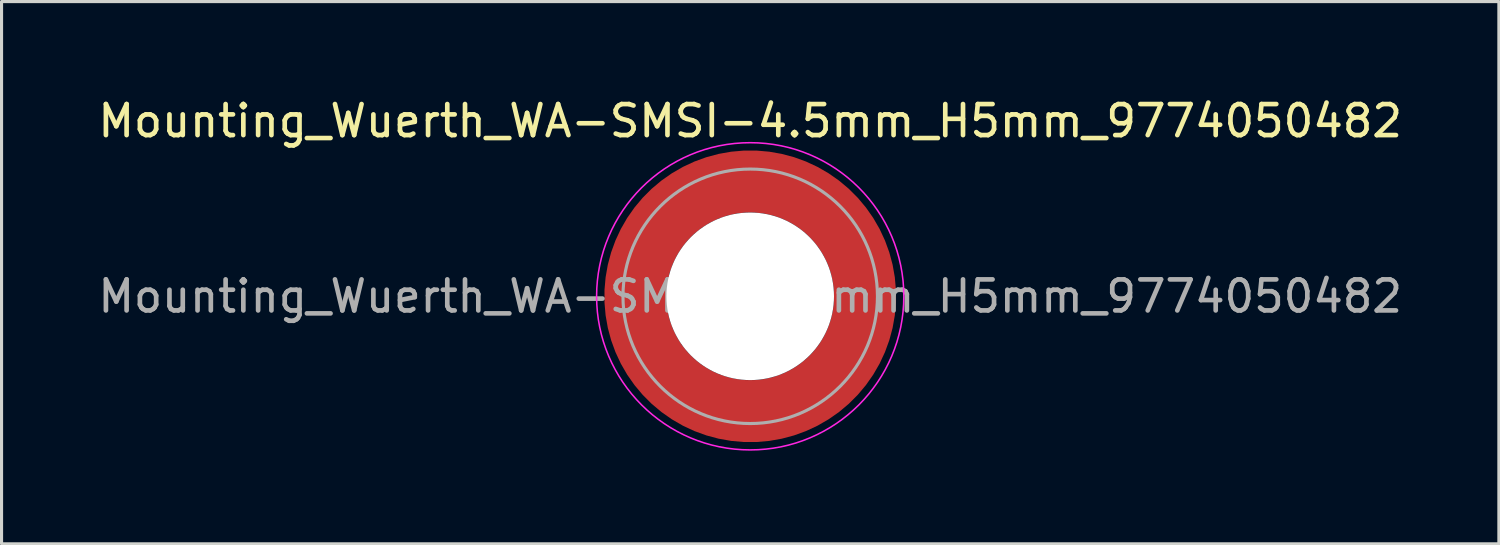
<source format=kicad_pcb>
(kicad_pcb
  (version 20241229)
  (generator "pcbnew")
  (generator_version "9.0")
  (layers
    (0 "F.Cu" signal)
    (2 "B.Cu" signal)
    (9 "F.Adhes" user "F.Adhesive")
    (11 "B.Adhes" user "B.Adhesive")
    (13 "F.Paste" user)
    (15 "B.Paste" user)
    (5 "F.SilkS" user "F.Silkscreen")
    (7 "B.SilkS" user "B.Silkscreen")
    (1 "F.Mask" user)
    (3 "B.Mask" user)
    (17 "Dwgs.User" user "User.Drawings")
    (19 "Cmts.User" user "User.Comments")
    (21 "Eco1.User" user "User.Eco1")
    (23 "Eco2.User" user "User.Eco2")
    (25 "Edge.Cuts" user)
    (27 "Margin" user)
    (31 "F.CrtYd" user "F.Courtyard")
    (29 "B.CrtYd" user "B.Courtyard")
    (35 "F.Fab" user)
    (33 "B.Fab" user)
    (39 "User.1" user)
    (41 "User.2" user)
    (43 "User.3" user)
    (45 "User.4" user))
  (footprint "Mounting_Wuerth_WA-SMSI-4.5mm_H5mm_9774050482"
    (layer "F.Cu")
    (at 21.125 6.498)
    (property "Reference" "Mounting_Wuerth_WA-SMSI-4.5mm_H5mm_9774050482" (at 0 -5.65 0) (layer "F.SilkS") (effects (font (size 1 1) (thickness 0.15))))
    (property "Mouser Part no." "" (at 0 0 0) (layer "F.Fab") (effects (font (size 1.27 1.27) (thickness 0.15))))
    (property "Mouser link" "" (at 0 0 0) (layer "F.Fab") (effects (font (size 1.27 1.27) (thickness 0.15))))
    (attr smd)
    (fp_circle (center 0 0) (end 4.95 0) (stroke (width 0.05) (type solid)) (fill no) (layer "F.CrtYd"))
    (fp_circle (center 0 0) (end 4.1 0) (stroke (width 0.1) (type solid)) (fill no) (layer "F.Fab"))
    (fp_text user "${REFERENCE}" (at 0 0 0) (layer "F.Fab") (effects (font (size 1 1) (thickness 0.15))))
    (pad "" smd custom (at -2.607 -2.607) (size 1.495 1.495) (layers "F.Paste") (options (anchor circle)) (primitives (gr_arc (start -0.188183 2.107456) (mid 0.598928 0.599619) (end 2.106494 -0.188011) (width 0.2)) (gr_arc (start -0.289416 2.107456) (mid 0.528508 0.529033) (end 2.106724 -0.28929) (width 0.2)) (gr_arc (start -0.390547 2.107456) (mid 0.457087 0.459449) (end 2.104161 -0.389996) (width 0.2)) (gr_arc (start -0.491585 2.107456) (mid 0.386415 0.389116) (end 2.103685 -0.490974) (width 0.2)) (gr_arc (start -0.59254 2.107456) (mid 0.31649 0.318035) (end 2.105297 -0.592202) (width 0.2)) (gr_arc (start -0.693419 2.107456) (mid 0.245252 0.248268) (end 2.103239 -0.692777) (width 0.2)) (gr_arc (start -0.794229 2.107456) (mid 0.174636 0.177878) (end 2.102921 -0.793559) (width 0.2)) (gr_arc (start -0.894975 2.107456) (mid 0.104643 0.106866) (end 2.104343 -0.894529) (width 0.2)) (gr_arc (start -0.995664 2.107456) (mid 0.033026 0.037479) (end 2.101219 -0.994793) (width 0.2)) (gr_arc (start -1.0963 2.107456) (mid -0.035789 -0.034714) (end 2.105949 -1.096096) (width 0.2)) (gr_arc (start -1.196886 2.107456) (mid -0.106351 -0.105157) (end 2.105783 -1.196666) (width 0.2)) (gr_arc (start -1.297427 2.107456) (mid -0.176416 -0.176097) (end 2.107009 -1.29737) (width 0.2)) (gr_arc (start -1.397927 2.107456) (mid -0.248476 -0.245042) (end 2.102638 -1.397323) (width 0.2)) (gr_arc (start -1.498388 2.107456) (mid -0.317612 -0.316913) (end 2.106475 -1.498268) (width 0.2)) (gr_arc (start -1.598813 2.107456) (mid -0.388865 -0.386665) (end 2.104366 -1.598444) (width 0.2)) (gr_arc (start -1.699204 2.107456) (mid -0.459747 -0.456787) (end 2.103299 -1.698719) (width 0.2)) (gr_arc (start -1.799565 2.107456) (mid -0.530257 -0.527283) (end 2.103277 -1.799089) (width 0.2)) (gr_arc (start -1.899896 2.107456) (mid -0.600396 -0.59815) (end 2.104299 -1.899545) (width 0.2)) (gr_arc (start -1.899896 2.107456) (mid -0.600396 -0.59815) (end 2.104299 -1.899545) (width 0.2)) (gr_line (start 2.107 -0.188) (end 2.107 -1.9) (width 0.2)) (gr_line (start -0.188 2.107) (end -1.9 2.107) (width 0.2))))
    (pad "" smd custom (at -2.607 2.607) (size 1.495 1.495) (layers "F.Paste") (options (anchor circle)) (primitives (gr_arc (start 2.107456 0.188183) (mid 0.599619 -0.598928) (end -0.188011 -2.106494) (width 0.2)) (gr_arc (start 2.107456 0.289416) (mid 0.529033 -0.528508) (end -0.28929 -2.106724) (width 0.2)) (gr_arc (start 2.107456 0.390547) (mid 0.459449 -0.457087) (end -0.389996 -2.104161) (width 0.2)) (gr_arc (start 2.107456 0.491585) (mid 0.389116 -0.386415) (end -0.490974 -2.103685) (width 0.2)) (gr_arc (start 2.107456 0.59254) (mid 0.318035 -0.31649) (end -0.592202 -2.105297) (width 0.2)) (gr_arc (start 2.107456 0.693419) (mid 0.248268 -0.245252) (end -0.692777 -2.103239) (width 0.2)) (gr_arc (start 2.107456 0.794229) (mid 0.177878 -0.174636) (end -0.793559 -2.102921) (width 0.2)) (gr_arc (start 2.107456 0.894975) (mid 0.106866 -0.104643) (end -0.894529 -2.104343) (width 0.2)) (gr_arc (start 2.107456 0.995664) (mid 0.037479 -0.033026) (end -0.994793 -2.101219) (width 0.2)) (gr_arc (start 2.107456 1.0963) (mid -0.034714 0.035789) (end -1.096096 -2.105949) (width 0.2)) (gr_arc (start 2.107456 1.196886) (mid -0.105157 0.106351) (end -1.196666 -2.105783) (width 0.2)) (gr_arc (start 2.107456 1.297427) (mid -0.176097 0.176416) (end -1.29737 -2.107009) (width 0.2)) (gr_arc (start 2.107456 1.397927) (mid -0.245042 0.248476) (end -1.397323 -2.102638) (width 0.2)) (gr_arc (start 2.107456 1.498388) (mid -0.316913 0.317612) (end -1.498268 -2.106475) (width 0.2)) (gr_arc (start 2.107456 1.598813) (mid -0.386665 0.388865) (end -1.598444 -2.104366) (width 0.2)) (gr_arc (start 2.107456 1.699204) (mid -0.456787 0.459747) (end -1.698719 -2.103299) (width 0.2)) (gr_arc (start 2.107456 1.799565) (mid -0.527283 0.530257) (end -1.799089 -2.103277) (width 0.2)) (gr_arc (start 2.107456 1.899896) (mid -0.59815 0.600396) (end -1.899545 -2.104299) (width 0.2)) (gr_arc (start 2.107456 1.899896) (mid -0.59815 0.600396) (end -1.899545 -2.104299) (width 0.2)) (gr_line (start -0.188 -2.107) (end -1.9 -2.107) (width 0.2)) (gr_line (start 2.107 0.188) (end 2.107 1.9) (width 0.2))))
    (pad "" np_thru_hole circle (at 0 0) (size 5.4 5.4) (drill 5.4) (layers "*.Cu" "*.Mask"))
    (pad "" smd custom (at 2.607 -2.607) (size 1.495 1.495) (layers "F.Paste") (options (anchor circle)) (primitives (gr_arc (start -2.107456 -0.188183) (mid -0.599619 0.598928) (end 0.188011 2.106494) (width 0.2)) (gr_arc (start -2.107456 -0.289416) (mid -0.529033 0.528508) (end 0.28929 2.106724) (width 0.2)) (gr_arc (start -2.107456 -0.390547) (mid -0.459449 0.457087) (end 0.389996 2.104161) (width 0.2)) (gr_arc (start -2.107456 -0.491585) (mid -0.389116 0.386415) (end 0.490974 2.103685) (width 0.2)) (gr_arc (start -2.107456 -0.59254) (mid -0.318035 0.31649) (end 0.592202 2.105297) (width 0.2)) (gr_arc (start -2.107456 -0.693419) (mid -0.248268 0.245252) (end 0.692777 2.103239) (width 0.2)) (gr_arc (start -2.107456 -0.794229) (mid -0.177878 0.174636) (end 0.793559 2.102921) (width 0.2)) (gr_arc (start -2.107456 -0.894975) (mid -0.106866 0.104643) (end 0.894529 2.104343) (width 0.2)) (gr_arc (start -2.107456 -0.995664) (mid -0.037479 0.033026) (end 0.994793 2.101219) (width 0.2)) (gr_arc (start -2.107456 -1.0963) (mid 0.034714 -0.035789) (end 1.096096 2.105949) (width 0.2)) (gr_arc (start -2.107456 -1.196886) (mid 0.105157 -0.106351) (end 1.196666 2.105783) (width 0.2)) (gr_arc (start -2.107456 -1.297427) (mid 0.176097 -0.176416) (end 1.29737 2.107009) (width 0.2)) (gr_arc (start -2.107456 -1.397927) (mid 0.245042 -0.248476) (end 1.397323 2.102638) (width 0.2)) (gr_arc (start -2.107456 -1.498388) (mid 0.316913 -0.317612) (end 1.498268 2.106475) (width 0.2)) (gr_arc (start -2.107456 -1.598813) (mid 0.386665 -0.388865) (end 1.598444 2.104366) (width 0.2)) (gr_arc (start -2.107456 -1.699204) (mid 0.456787 -0.459747) (end 1.698719 2.103299) (width 0.2)) (gr_arc (start -2.107456 -1.799565) (mid 0.527283 -0.530257) (end 1.799089 2.103277) (width 0.2)) (gr_arc (start -2.107456 -1.899896) (mid 0.59815 -0.600396) (end 1.899545 2.104299) (width 0.2)) (gr_arc (start -2.107456 -1.899896) (mid 0.59815 -0.600396) (end 1.899545 2.104299) (width 0.2)) (gr_line (start 0.188 2.107) (end 1.9 2.107) (width 0.2)) (gr_line (start -2.107 -0.188) (end -2.107 -1.9) (width 0.2))))
    (pad "" smd custom (at 2.607 2.607) (size 1.495 1.495) (layers "F.Paste") (options (anchor circle)) (primitives (gr_arc (start 0.188183 -2.107456) (mid -0.598928 -0.599619) (end -2.106494 0.188011) (width 0.2)) (gr_arc (start 0.289416 -2.107456) (mid -0.528508 -0.529033) (end -2.106724 0.28929) (width 0.2)) (gr_arc (start 0.390547 -2.107456) (mid -0.457087 -0.459449) (end -2.104161 0.389996) (width 0.2)) (gr_arc (start 0.491585 -2.107456) (mid -0.386415 -0.389116) (end -2.103685 0.490974) (width 0.2)) (gr_arc (start 0.59254 -2.107456) (mid -0.31649 -0.318035) (end -2.105297 0.592202) (width 0.2)) (gr_arc (start 0.693419 -2.107456) (mid -0.245252 -0.248268) (end -2.103239 0.692777) (width 0.2)) (gr_arc (start 0.794229 -2.107456) (mid -0.174636 -0.177878) (end -2.102921 0.793559) (width 0.2)) (gr_arc (start 0.894975 -2.107456) (mid -0.104643 -0.106866) (end -2.104343 0.894529) (width 0.2)) (gr_arc (start 0.995664 -2.107456) (mid -0.033026 -0.037479) (end -2.101219 0.994793) (width 0.2)) (gr_arc (start 1.0963 -2.107456) (mid 0.035789 0.034714) (end -2.105949 1.096096) (width 0.2)) (gr_arc (start 1.196886 -2.107456) (mid 0.106351 0.105157) (end -2.105783 1.196666) (width 0.2)) (gr_arc (start 1.297427 -2.107456) (mid 0.176416 0.176097) (end -2.107009 1.29737) (width 0.2)) (gr_arc (start 1.397927 -2.107456) (mid 0.248476 0.245042) (end -2.102638 1.397323) (width 0.2)) (gr_arc (start 1.498388 -2.107456) (mid 0.317612 0.316913) (end -2.106475 1.498268) (width 0.2)) (gr_arc (start 1.598813 -2.107456) (mid 0.388865 0.386665) (end -2.104366 1.598444) (width 0.2)) (gr_arc (start 1.699204 -2.107456) (mid 0.459747 0.456787) (end -2.103299 1.698719) (width 0.2)) (gr_arc (start 1.799565 -2.107456) (mid 0.530257 0.527283) (end -2.103277 1.799089) (width 0.2)) (gr_arc (start 1.899896 -2.107456) (mid 0.600396 0.59815) (end -2.104299 1.899545) (width 0.2)) (gr_arc (start 1.899896 -2.107456) (mid 0.600396 0.59815) (end -2.104299 1.899545) (width 0.2)) (gr_line (start -2.107 0.188) (end -2.107 1.9) (width 0.2)) (gr_line (start 0.188 -2.107) (end 1.9 -2.107) (width 0.2))))
    (pad "1" smd circle (at -3.7 0) (size 1.6 1.6) (layers "F.Cu"))
    (pad "1" smd circle (at 0 -3.7) (size 1.6 1.6) (layers "F.Cu"))
    (pad "1" smd circle (at 0 3.7) (size 1.6 1.6) (layers "F.Cu"))
    (pad "1" smd custom (at 3.7 0) (size 1.6 1.6) (layers "F.Cu" "F.Mask") (options (anchor circle)) (primitives (gr_circle (center -3.7 0) (end 0 0) (width 2) (fill no)))))
  (gr_rect
    (start -3 -3)
    (end 45.25 14.473)
    (stroke (width 0.1) (type default))
    (fill no)
    (layer "Edge.Cuts")))
</source>
